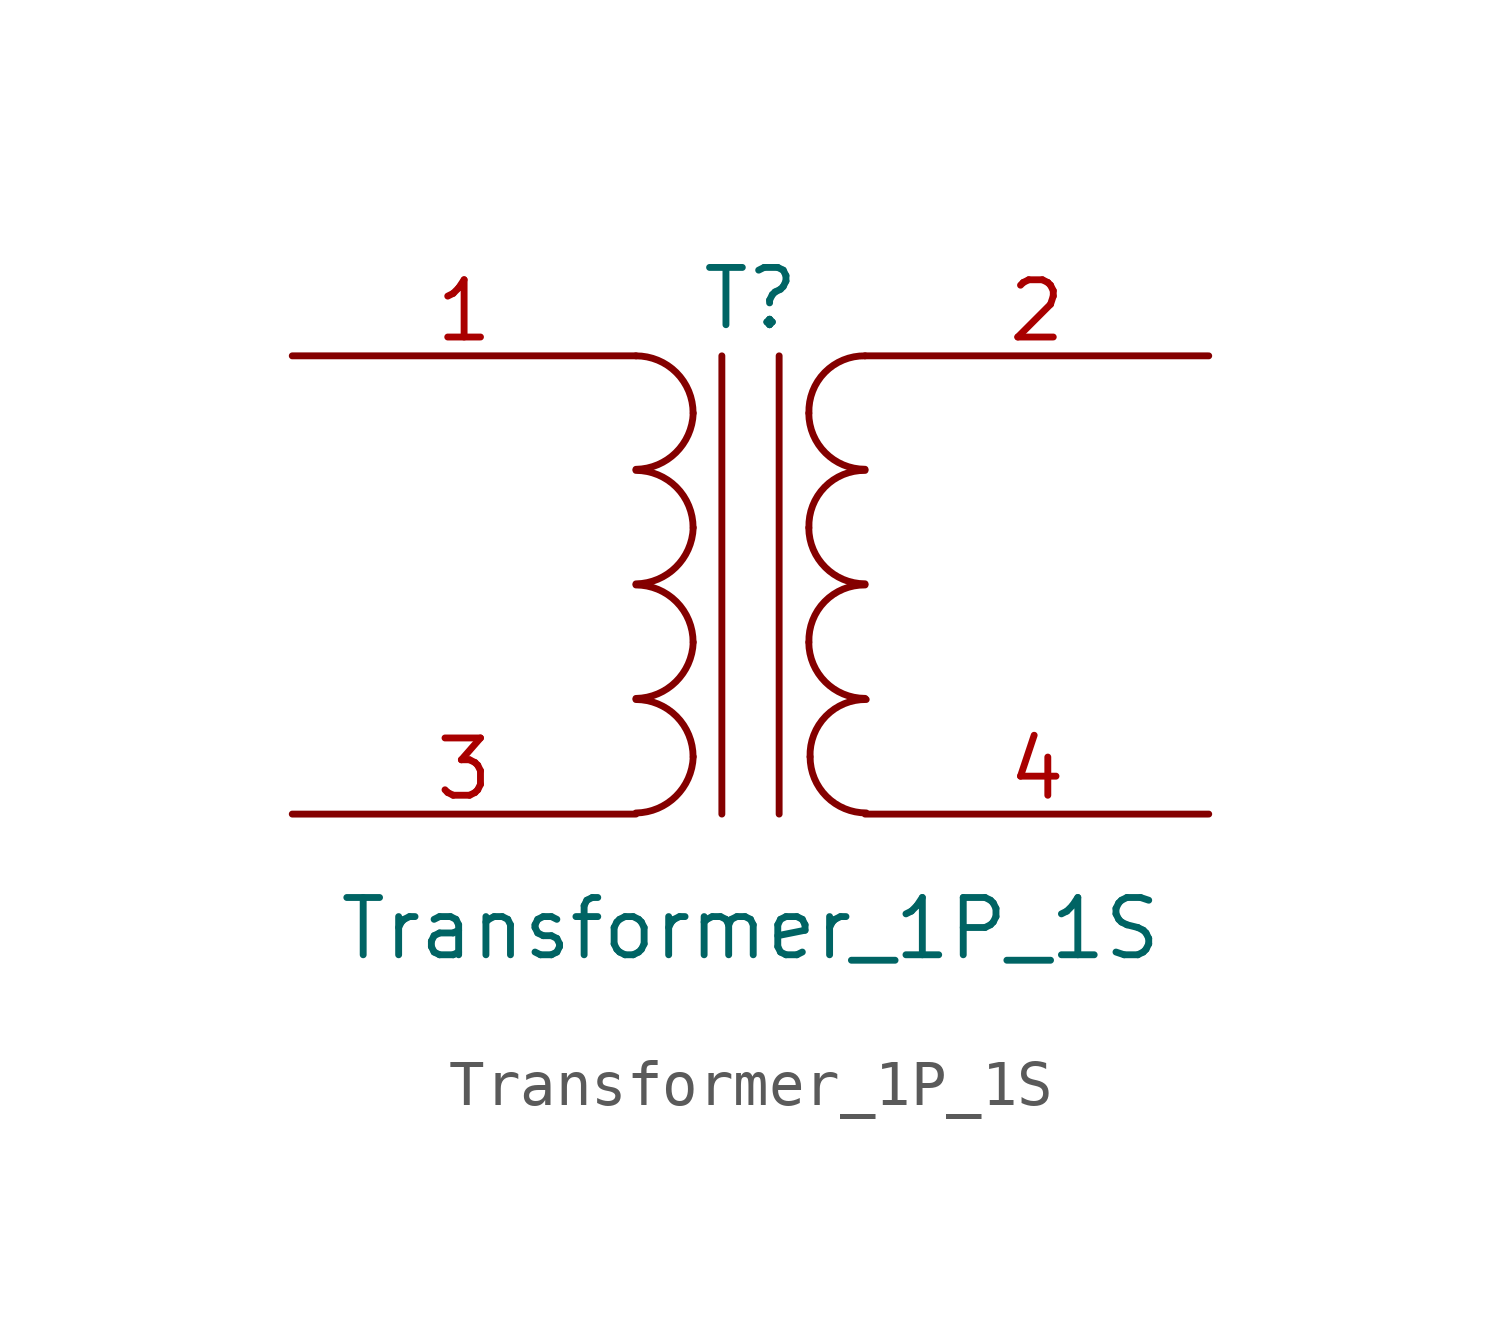
<source format=kicad_sym>
(kicad_symbol_lib
  (version 20211014)
  (generator kicad_symbol_editor)
  (symbol "Transformer_1P_1S"
    (pin_names
      (offset 1.016) hide)
    (property "Reference" "T"
      (at 0 6.35 0)
      (effects (font (size 1.27 1.27))))
    (property "Value" "Transformer_1P_1S"
      (at 0 -7.62 0)
      (effects (font (size 1.27 1.27))))
    (symbol "Transformer_1P_1S_0_1"
      (arc (start -2.54 -5.0546) (mid -1.6561 -4.6863) (end -1.27 -3.81) (stroke (width 0) (type default) (color 0 0 0 0)) (fill (type none)))
      (arc (start -2.54 -2.5146) (mid -1.6561 -2.1463) (end -1.27 -1.27) (stroke (width 0) (type default) (color 0 0 0 0)) (fill (type none)))
      (arc (start -2.54 0.0254) (mid -1.6561 0.3937) (end -1.27 1.27) (stroke (width 0) (type default) (color 0 0 0 0)) (fill (type none)))
      (arc (start -2.54 2.5654) (mid -1.6561 2.9337) (end -1.27 3.81) (stroke (width 0) (type default) (color 0 0 0 0)) (fill (type none)))
      (arc (start -1.27 -3.81) (mid -1.642 -2.912) (end -2.54 -2.54) (stroke (width 0) (type default) (color 0 0 0 0)) (fill (type none)))
      (arc (start -1.27 -1.27) (mid -1.642 -0.372) (end -2.54 0) (stroke (width 0) (type default) (color 0 0 0 0)) (fill (type none)))
      (arc (start -1.27 1.27) (mid -1.642 2.168) (end -2.54 2.54) (stroke (width 0) (type default) (color 0 0 0 0)) (fill (type none)))
      (arc (start -1.27 3.81) (mid -1.642 4.708) (end -2.54 5.08) (stroke (width 0) (type default) (color 0 0 0 0)) (fill (type none)))
      (polyline (pts (xy -0.635 5.08) (xy -0.635 -5.08)) (stroke (width 0) (type default) (color 0 0 0 0)) (fill (type none)))
      (polyline (pts (xy 0.635 -5.08) (xy 0.635 5.08)) (stroke (width 0) (type default) (color 0 0 0 0)) (fill (type none)))
      (arc (start 1.2954 -1.27) (mid 1.6599 -2.1501) (end 2.54 -2.5146) (stroke (width 0) (type default) (color 0 0 0 0)) (fill (type none)))
      (arc (start 1.2954 1.27) (mid 1.6599 0.3899) (end 2.54 0.0254) (stroke (width 0) (type default) (color 0 0 0 0)) (fill (type none)))
      (arc (start 1.2954 3.81) (mid 1.6599 2.9299) (end 2.54 2.5654) (stroke (width 0) (type default) (color 0 0 0 0)) (fill (type none)))
      (arc (start 1.3208 -3.81) (mid 1.6853 -4.6901) (end 2.5654 -5.0546) (stroke (width 0) (type default) (color 0 0 0 0)) (fill (type none)))
      (arc (start 2.54 0) (mid 1.6456 -0.3683) (end 1.2954 -1.27) (stroke (width 0) (type default) (color 0 0 0 0)) (fill (type none)))
      (arc (start 2.54 2.54) (mid 1.6456 2.1717) (end 1.2954 1.27) (stroke (width 0) (type default) (color 0 0 0 0)) (fill (type none)))
      (arc (start 2.54 5.08) (mid 1.6456 4.7117) (end 1.2954 3.81) (stroke (width 0) (type default) (color 0 0 0 0)) (fill (type none)))
      (arc (start 2.5654 -2.54) (mid 1.671 -2.9083) (end 1.3208 -3.81) (stroke (width 0) (type default) (color 0 0 0 0)) (fill (type none))))
    (symbol "Transformer_1P_1S_1_1"
      (pin passive line (at -10.16 5.08 0) (length 7.62) (name "1" (effects (font (size 1.27 1.27)))) (number "1" (effects (font (size 1.27 1.27)))))
      (pin passive line (at 10.16 5.08 180) (length 7.62) (name "2" (effects (font (size 1.27 1.27)))) (number "2" (effects (font (size 1.27 1.27)))))
      (pin passive line (at -10.16 -5.08 0) (length 7.62) (name "3" (effects (font (size 1.27 1.27)))) (number "3" (effects (font (size 1.27 1.27)))))
      (pin passive line (at 10.16 -5.08 180) (length 7.62) (name "4" (effects (font (size 1.27 1.27)))) (number "4" (effects (font (size 1.27 1.27))))))))
</source>
